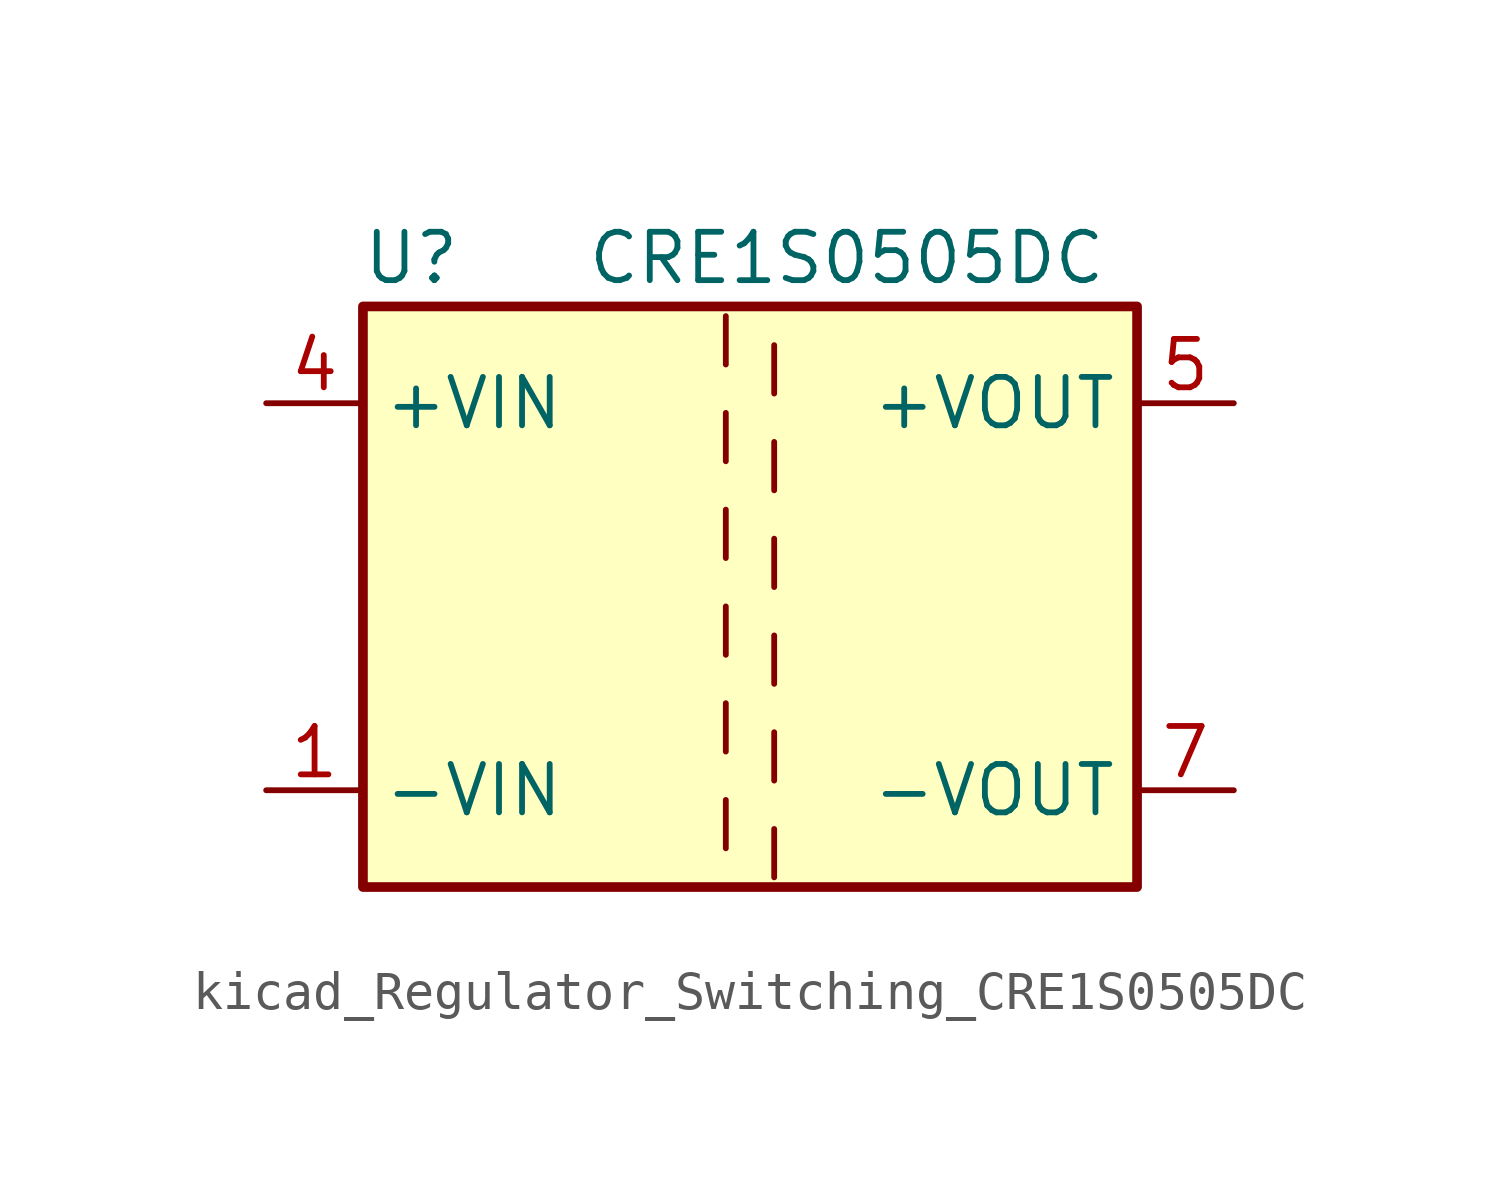
<source format=kicad_sym>
(kicad_symbol_lib
  (version 20220914)
  (generator kicad_symbol_editor)
  (symbol "kicad_Regulator_Switching_CRE1S0505DC"
    (property "Reference" "U"
      (at -8.89 8.89 0)
      (effects (font (size 1.27 1.27))))
    (property "Value" "CRE1S0505DC"
      (at 2.54 8.89 0)
      (effects (font (size 1.27 1.27))))
    (symbol "kicad_Regulator_Switching_CRE1S0505DC_0_1"
      (rectangle (start -10.16 7.62) (end 10.16 -7.62) (stroke (width 0.254) (type default)) (fill (type background)))
      (polyline (pts (xy -0.635 -5.334) (xy -0.635 -6.604)) (stroke (width 0) (type default)) (fill (type none)))
      (polyline (pts (xy -0.635 -2.794) (xy -0.635 -4.064)) (stroke (width 0) (type default)) (fill (type none)))
      (polyline (pts (xy -0.635 -0.254) (xy -0.635 -1.524)) (stroke (width 0) (type default)) (fill (type none)))
      (polyline (pts (xy -0.635 2.286) (xy -0.635 1.016)) (stroke (width 0) (type default)) (fill (type none)))
      (polyline (pts (xy -0.635 4.826) (xy -0.635 3.556)) (stroke (width 0) (type default)) (fill (type none)))
      (polyline (pts (xy -0.635 7.366) (xy -0.635 6.096)) (stroke (width 0) (type default)) (fill (type none)))
      (polyline (pts (xy 0.635 -7.366) (xy 0.635 -6.096)) (stroke (width 0) (type default)) (fill (type none)))
      (polyline (pts (xy 0.635 -4.826) (xy 0.635 -3.556)) (stroke (width 0) (type default)) (fill (type none)))
      (polyline (pts (xy 0.635 -2.286) (xy 0.635 -1.016)) (stroke (width 0) (type default)) (fill (type none)))
      (polyline (pts (xy 0.635 0.254) (xy 0.635 1.524)) (stroke (width 0) (type default)) (fill (type none)))
      (polyline (pts (xy 0.635 2.794) (xy 0.635 4.064)) (stroke (width 0) (type default)) (fill (type none)))
      (polyline (pts (xy 0.635 5.334) (xy 0.635 6.604)) (stroke (width 0) (type default)) (fill (type none))))
    (symbol "kicad_Regulator_Switching_CRE1S0505DC_1_1"
      (pin power_in line (at -12.7 -5.08 0) (length 2.54) (name "-VIN" (effects (font (size 1.27 1.27)))) (number "1" (effects (font (size 1.27 1.27)))))
      (pin power_in line (at -12.7 5.08 0) (length 2.54) (name "+VIN" (effects (font (size 1.27 1.27)))) (number "4" (effects (font (size 1.27 1.27)))))
      (pin power_out line (at 12.7 5.08 180) (length 2.54) (name "+VOUT" (effects (font (size 1.27 1.27)))) (number "5" (effects (font (size 1.27 1.27)))))
      (pin power_out line (at 12.7 -5.08 180) (length 2.54) (name "-VOUT" (effects (font (size 1.27 1.27)))) (number "7" (effects (font (size 1.27 1.27))))))))
</source>
